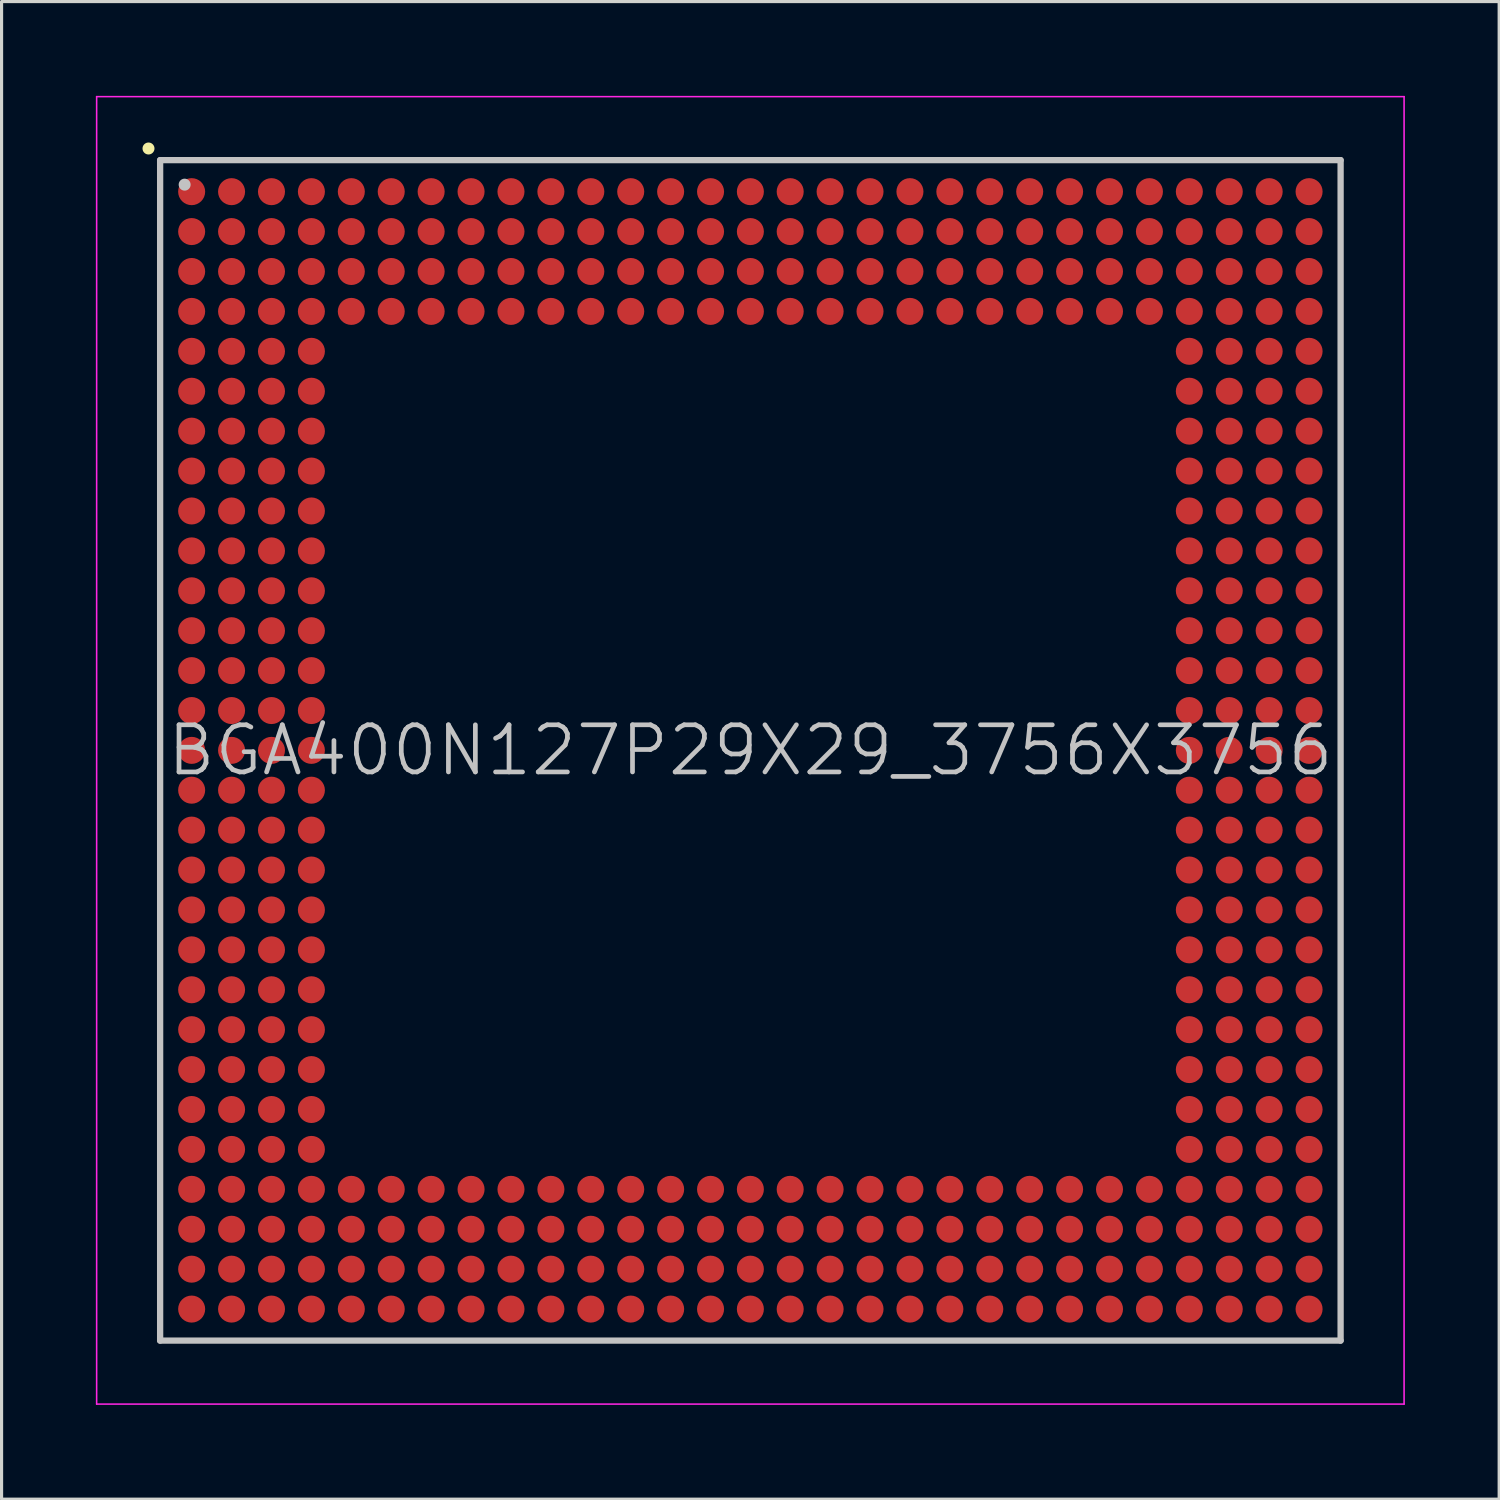
<source format=kicad_pcb>
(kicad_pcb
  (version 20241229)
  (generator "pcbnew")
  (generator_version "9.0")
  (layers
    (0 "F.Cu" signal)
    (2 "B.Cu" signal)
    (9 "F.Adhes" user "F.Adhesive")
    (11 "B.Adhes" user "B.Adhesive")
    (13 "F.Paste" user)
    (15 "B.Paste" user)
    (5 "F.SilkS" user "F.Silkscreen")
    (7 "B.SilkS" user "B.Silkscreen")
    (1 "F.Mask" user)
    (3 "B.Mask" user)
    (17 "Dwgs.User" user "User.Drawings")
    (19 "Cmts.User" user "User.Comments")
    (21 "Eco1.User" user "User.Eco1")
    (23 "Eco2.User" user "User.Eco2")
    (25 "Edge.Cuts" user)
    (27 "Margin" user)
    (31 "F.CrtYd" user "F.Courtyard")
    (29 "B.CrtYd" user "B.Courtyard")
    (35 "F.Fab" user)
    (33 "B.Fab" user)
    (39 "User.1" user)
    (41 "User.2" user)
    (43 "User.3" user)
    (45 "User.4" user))
  (footprint "BGA400N127P29X29_3756X3756"
    (layer "F.Cu")
    (at 20.825 20.825)
    (property "Reference" "BGA400N127P29X29_3756X3756" (at 0 0 0) (layer "Dwgs.User") (effects (font (size 1.5 1.5) (thickness 0.15))))
    (attr smd)
    (fp_line (start -19.15 -19.15) (end -19.15 -19.15) (stroke (width 0.381) (type solid)) (layer "F.SilkS"))
    (fp_line (start -18.78 -18.78) (end -18.78 18.78) (stroke (width 0.2) (type solid)) (layer "Dwgs.User"))
    (fp_line (start -18.78 -18.78) (end 18.78 -18.78) (stroke (width 0.2) (type solid)) (layer "Dwgs.User"))
    (fp_line (start -18.78 18.78) (end 18.78 18.78) (stroke (width 0.2) (type solid)) (layer "Dwgs.User"))
    (fp_line (start -18 -18) (end -18 -18) (stroke (width 0.381) (type solid)) (layer "Dwgs.User"))
    (fp_line (start 18.78 -18.78) (end 18.78 18.78) (stroke (width 0.2) (type solid)) (layer "Dwgs.User"))
    (fp_line (start -20.8 -20.8) (end -20.8 20.8) (stroke (width 0.05) (type solid)) (layer "F.CrtYd"))
    (fp_line (start -20.8 -20.8) (end 20.8 -20.8) (stroke (width 0.05) (type solid)) (layer "F.CrtYd"))
    (fp_line (start -20.8 20.8) (end 20.8 20.8) (stroke (width 0.05) (type solid)) (layer "F.CrtYd"))
    (fp_line (start 20.8 -20.8) (end 20.8 20.8) (stroke (width 0.05) (type solid)) (layer "F.CrtYd"))
    (pad "A1" smd circle (at -17.777 -17.777 270) (size 0.86 0.86) (layers "F.Cu" "F.Mask" "F.Paste"))
    (pad "A2" smd circle (at -16.507 -17.777 270) (size 0.86 0.86) (layers "F.Cu" "F.Mask" "F.Paste"))
    (pad "A3" smd circle (at -15.237 -17.777 270) (size 0.86 0.86) (layers "F.Cu" "F.Mask" "F.Paste"))
    (pad "A4" smd circle (at -13.967 -17.777 270) (size 0.86 0.86) (layers "F.Cu" "F.Mask" "F.Paste"))
    (pad "A5" smd circle (at -12.697 -17.777 270) (size 0.86 0.86) (layers "F.Cu" "F.Mask" "F.Paste"))
    (pad "A6" smd circle (at -11.427 -17.777 270) (size 0.86 0.86) (layers "F.Cu" "F.Mask" "F.Paste"))
    (pad "A7" smd circle (at -10.157 -17.777 270) (size 0.86 0.86) (layers "F.Cu" "F.Mask" "F.Paste"))
    (pad "A8" smd circle (at -8.887 -17.777 270) (size 0.86 0.86) (layers "F.Cu" "F.Mask" "F.Paste"))
    (pad "A9" smd circle (at -7.617 -17.777 270) (size 0.86 0.86) (layers "F.Cu" "F.Mask" "F.Paste"))
    (pad "A10" smd circle (at -6.347 -17.777 270) (size 0.86 0.86) (layers "F.Cu" "F.Mask" "F.Paste"))
    (pad "A11" smd circle (at -5.077 -17.777 270) (size 0.86 0.86) (layers "F.Cu" "F.Mask" "F.Paste"))
    (pad "A12" smd circle (at -3.807 -17.777 270) (size 0.86 0.86) (layers "F.Cu" "F.Mask" "F.Paste"))
    (pad "A13" smd circle (at -2.537 -17.777 270) (size 0.86 0.86) (layers "F.Cu" "F.Mask" "F.Paste"))
    (pad "A14" smd circle (at -1.267 -17.777 270) (size 0.86 0.86) (layers "F.Cu" "F.Mask" "F.Paste"))
    (pad "A15" smd circle (at 0 -17.777 270) (size 0.86 0.86) (layers "F.Cu" "F.Mask" "F.Paste"))
    (pad "A16" smd circle (at 1.267 -17.777 270) (size 0.86 0.86) (layers "F.Cu" "F.Mask" "F.Paste"))
    (pad "A17" smd circle (at 2.537 -17.777 270) (size 0.86 0.86) (layers "F.Cu" "F.Mask" "F.Paste"))
    (pad "A18" smd circle (at 3.807 -17.777 270) (size 0.86 0.86) (layers "F.Cu" "F.Mask" "F.Paste"))
    (pad "A19" smd circle (at 5.077 -17.777 270) (size 0.86 0.86) (layers "F.Cu" "F.Mask" "F.Paste"))
    (pad "A20" smd circle (at 6.347 -17.777 270) (size 0.86 0.86) (layers "F.Cu" "F.Mask" "F.Paste"))
    (pad "A21" smd circle (at 7.617 -17.777 270) (size 0.86 0.86) (layers "F.Cu" "F.Mask" "F.Paste"))
    (pad "A22" smd circle (at 8.887 -17.777 270) (size 0.86 0.86) (layers "F.Cu" "F.Mask" "F.Paste"))
    (pad "A23" smd circle (at 10.157 -17.777 270) (size 0.86 0.86) (layers "F.Cu" "F.Mask" "F.Paste"))
    (pad "A24" smd circle (at 11.427 -17.777 270) (size 0.86 0.86) (layers "F.Cu" "F.Mask" "F.Paste"))
    (pad "A25" smd circle (at 12.697 -17.777 270) (size 0.86 0.86) (layers "F.Cu" "F.Mask" "F.Paste"))
    (pad "A26" smd circle (at 13.967 -17.777 270) (size 0.86 0.86) (layers "F.Cu" "F.Mask" "F.Paste"))
    (pad "A27" smd circle (at 15.237 -17.777 270) (size 0.86 0.86) (layers "F.Cu" "F.Mask" "F.Paste"))
    (pad "A28" smd circle (at 16.507 -17.777 270) (size 0.86 0.86) (layers "F.Cu" "F.Mask" "F.Paste"))
    (pad "A29" smd circle (at 17.777 -17.777 270) (size 0.86 0.86) (layers "F.Cu" "F.Mask" "F.Paste"))
    (pad "AA1" smd circle (at -17.777 7.617 270) (size 0.86 0.86) (layers "F.Cu" "F.Mask" "F.Paste"))
    (pad "AA2" smd circle (at -16.507 7.617 270) (size 0.86 0.86) (layers "F.Cu" "F.Mask" "F.Paste"))
    (pad "AA3" smd circle (at -15.237 7.617 270) (size 0.86 0.86) (layers "F.Cu" "F.Mask" "F.Paste"))
    (pad "AA4" smd circle (at -13.967 7.617 270) (size 0.86 0.86) (layers "F.Cu" "F.Mask" "F.Paste"))
    (pad "AA26" smd circle (at 13.967 7.617 270) (size 0.86 0.86) (layers "F.Cu" "F.Mask" "F.Paste"))
    (pad "AA27" smd circle (at 15.237 7.617 270) (size 0.86 0.86) (layers "F.Cu" "F.Mask" "F.Paste"))
    (pad "AA28" smd circle (at 16.507 7.617 270) (size 0.86 0.86) (layers "F.Cu" "F.Mask" "F.Paste"))
    (pad "AA29" smd circle (at 17.777 7.617 270) (size 0.86 0.86) (layers "F.Cu" "F.Mask" "F.Paste"))
    (pad "AB1" smd circle (at -17.777 8.887 270) (size 0.86 0.86) (layers "F.Cu" "F.Mask" "F.Paste"))
    (pad "AB2" smd circle (at -16.507 8.887 270) (size 0.86 0.86) (layers "F.Cu" "F.Mask" "F.Paste"))
    (pad "AB3" smd circle (at -15.237 8.887 270) (size 0.86 0.86) (layers "F.Cu" "F.Mask" "F.Paste"))
    (pad "AB4" smd circle (at -13.967 8.887 270) (size 0.86 0.86) (layers "F.Cu" "F.Mask" "F.Paste"))
    (pad "AB26" smd circle (at 13.967 8.887 270) (size 0.86 0.86) (layers "F.Cu" "F.Mask" "F.Paste"))
    (pad "AB27" smd circle (at 15.237 8.887 270) (size 0.86 0.86) (layers "F.Cu" "F.Mask" "F.Paste"))
    (pad "AB28" smd circle (at 16.507 8.887 270) (size 0.86 0.86) (layers "F.Cu" "F.Mask" "F.Paste"))
    (pad "AB29" smd circle (at 17.777 8.887 270) (size 0.86 0.86) (layers "F.Cu" "F.Mask" "F.Paste"))
    (pad "AC1" smd circle (at -17.777 10.157 270) (size 0.86 0.86) (layers "F.Cu" "F.Mask" "F.Paste"))
    (pad "AC2" smd circle (at -16.507 10.157 270) (size 0.86 0.86) (layers "F.Cu" "F.Mask" "F.Paste"))
    (pad "AC3" smd circle (at -15.237 10.157 270) (size 0.86 0.86) (layers "F.Cu" "F.Mask" "F.Paste"))
    (pad "AC4" smd circle (at -13.967 10.157 270) (size 0.86 0.86) (layers "F.Cu" "F.Mask" "F.Paste"))
    (pad "AC26" smd circle (at 13.967 10.157 270) (size 0.86 0.86) (layers "F.Cu" "F.Mask" "F.Paste"))
    (pad "AC27" smd circle (at 15.237 10.157 270) (size 0.86 0.86) (layers "F.Cu" "F.Mask" "F.Paste"))
    (pad "AC28" smd circle (at 16.507 10.157 270) (size 0.86 0.86) (layers "F.Cu" "F.Mask" "F.Paste"))
    (pad "AC29" smd circle (at 17.777 10.157 270) (size 0.86 0.86) (layers "F.Cu" "F.Mask" "F.Paste"))
    (pad "AD1" smd circle (at -17.777 11.427 270) (size 0.86 0.86) (layers "F.Cu" "F.Mask" "F.Paste"))
    (pad "AD2" smd circle (at -16.507 11.427 270) (size 0.86 0.86) (layers "F.Cu" "F.Mask" "F.Paste"))
    (pad "AD3" smd circle (at -15.237 11.427 270) (size 0.86 0.86) (layers "F.Cu" "F.Mask" "F.Paste"))
    (pad "AD4" smd circle (at -13.967 11.427 270) (size 0.86 0.86) (layers "F.Cu" "F.Mask" "F.Paste"))
    (pad "AD26" smd circle (at 13.967 11.427 270) (size 0.86 0.86) (layers "F.Cu" "F.Mask" "F.Paste"))
    (pad "AD27" smd circle (at 15.237 11.427 270) (size 0.86 0.86) (layers "F.Cu" "F.Mask" "F.Paste"))
    (pad "AD28" smd circle (at 16.507 11.427 270) (size 0.86 0.86) (layers "F.Cu" "F.Mask" "F.Paste"))
    (pad "AD29" smd circle (at 17.777 11.427 270) (size 0.86 0.86) (layers "F.Cu" "F.Mask" "F.Paste"))
    (pad "AE1" smd circle (at -17.777 12.697 270) (size 0.86 0.86) (layers "F.Cu" "F.Mask" "F.Paste"))
    (pad "AE2" smd circle (at -16.507 12.697 270) (size 0.86 0.86) (layers "F.Cu" "F.Mask" "F.Paste"))
    (pad "AE3" smd circle (at -15.237 12.697 270) (size 0.86 0.86) (layers "F.Cu" "F.Mask" "F.Paste"))
    (pad "AE4" smd circle (at -13.967 12.697 270) (size 0.86 0.86) (layers "F.Cu" "F.Mask" "F.Paste"))
    (pad "AE26" smd circle (at 13.967 12.697 270) (size 0.86 0.86) (layers "F.Cu" "F.Mask" "F.Paste"))
    (pad "AE27" smd circle (at 15.237 12.697 270) (size 0.86 0.86) (layers "F.Cu" "F.Mask" "F.Paste"))
    (pad "AE28" smd circle (at 16.507 12.697 270) (size 0.86 0.86) (layers "F.Cu" "F.Mask" "F.Paste"))
    (pad "AE29" smd circle (at 17.777 12.697 270) (size 0.86 0.86) (layers "F.Cu" "F.Mask" "F.Paste"))
    (pad "AF1" smd circle (at -17.777 13.967 270) (size 0.86 0.86) (layers "F.Cu" "F.Mask" "F.Paste"))
    (pad "AF2" smd circle (at -16.507 13.967 270) (size 0.86 0.86) (layers "F.Cu" "F.Mask" "F.Paste"))
    (pad "AF3" smd circle (at -15.237 13.967 270) (size 0.86 0.86) (layers "F.Cu" "F.Mask" "F.Paste"))
    (pad "AF4" smd circle (at -13.967 13.967 270) (size 0.86 0.86) (layers "F.Cu" "F.Mask" "F.Paste"))
    (pad "AF5" smd circle (at -12.697 13.967 270) (size 0.86 0.86) (layers "F.Cu" "F.Mask" "F.Paste"))
    (pad "AF6" smd circle (at -11.427 13.967 270) (size 0.86 0.86) (layers "F.Cu" "F.Mask" "F.Paste"))
    (pad "AF7" smd circle (at -10.157 13.967 270) (size 0.86 0.86) (layers "F.Cu" "F.Mask" "F.Paste"))
    (pad "AF8" smd circle (at -8.887 13.967 270) (size 0.86 0.86) (layers "F.Cu" "F.Mask" "F.Paste"))
    (pad "AF9" smd circle (at -7.617 13.967 270) (size 0.86 0.86) (layers "F.Cu" "F.Mask" "F.Paste"))
    (pad "AF10" smd circle (at -6.347 13.967 270) (size 0.86 0.86) (layers "F.Cu" "F.Mask" "F.Paste"))
    (pad "AF11" smd circle (at -5.077 13.967 270) (size 0.86 0.86) (layers "F.Cu" "F.Mask" "F.Paste"))
    (pad "AF12" smd circle (at -3.807 13.967 270) (size 0.86 0.86) (layers "F.Cu" "F.Mask" "F.Paste"))
    (pad "AF13" smd circle (at -2.537 13.967 270) (size 0.86 0.86) (layers "F.Cu" "F.Mask" "F.Paste"))
    (pad "AF14" smd circle (at -1.267 13.967 270) (size 0.86 0.86) (layers "F.Cu" "F.Mask" "F.Paste"))
    (pad "AF15" smd circle (at 0 13.967 270) (size 0.86 0.86) (layers "F.Cu" "F.Mask" "F.Paste"))
    (pad "AF16" smd circle (at 1.267 13.967 270) (size 0.86 0.86) (layers "F.Cu" "F.Mask" "F.Paste"))
    (pad "AF17" smd circle (at 2.537 13.967 270) (size 0.86 0.86) (layers "F.Cu" "F.Mask" "F.Paste"))
    (pad "AF18" smd circle (at 3.807 13.967 270) (size 0.86 0.86) (layers "F.Cu" "F.Mask" "F.Paste"))
    (pad "AF19" smd circle (at 5.077 13.967 270) (size 0.86 0.86) (layers "F.Cu" "F.Mask" "F.Paste"))
    (pad "AF20" smd circle (at 6.347 13.967 270) (size 0.86 0.86) (layers "F.Cu" "F.Mask" "F.Paste"))
    (pad "AF21" smd circle (at 7.617 13.967 270) (size 0.86 0.86) (layers "F.Cu" "F.Mask" "F.Paste"))
    (pad "AF22" smd circle (at 8.887 13.967 270) (size 0.86 0.86) (layers "F.Cu" "F.Mask" "F.Paste"))
    (pad "AF23" smd circle (at 10.157 13.967 270) (size 0.86 0.86) (layers "F.Cu" "F.Mask" "F.Paste"))
    (pad "AF24" smd circle (at 11.427 13.967 270) (size 0.86 0.86) (layers "F.Cu" "F.Mask" "F.Paste"))
    (pad "AF25" smd circle (at 12.697 13.967 270) (size 0.86 0.86) (layers "F.Cu" "F.Mask" "F.Paste"))
    (pad "AF26" smd circle (at 13.967 13.967 270) (size 0.86 0.86) (layers "F.Cu" "F.Mask" "F.Paste"))
    (pad "AF27" smd circle (at 15.237 13.967 270) (size 0.86 0.86) (layers "F.Cu" "F.Mask" "F.Paste"))
    (pad "AF28" smd circle (at 16.507 13.967 270) (size 0.86 0.86) (layers "F.Cu" "F.Mask" "F.Paste"))
    (pad "AF29" smd circle (at 17.777 13.967 270) (size 0.86 0.86) (layers "F.Cu" "F.Mask" "F.Paste"))
    (pad "AG1" smd circle (at -17.777 15.237 270) (size 0.86 0.86) (layers "F.Cu" "F.Mask" "F.Paste"))
    (pad "AG2" smd circle (at -16.507 15.237 270) (size 0.86 0.86) (layers "F.Cu" "F.Mask" "F.Paste"))
    (pad "AG3" smd circle (at -15.237 15.237 270) (size 0.86 0.86) (layers "F.Cu" "F.Mask" "F.Paste"))
    (pad "AG4" smd circle (at -13.967 15.237 270) (size 0.86 0.86) (layers "F.Cu" "F.Mask" "F.Paste"))
    (pad "AG5" smd circle (at -12.697 15.237 270) (size 0.86 0.86) (layers "F.Cu" "F.Mask" "F.Paste"))
    (pad "AG6" smd circle (at -11.427 15.237 270) (size 0.86 0.86) (layers "F.Cu" "F.Mask" "F.Paste"))
    (pad "AG7" smd circle (at -10.157 15.237 270) (size 0.86 0.86) (layers "F.Cu" "F.Mask" "F.Paste"))
    (pad "AG8" smd circle (at -8.887 15.237 270) (size 0.86 0.86) (layers "F.Cu" "F.Mask" "F.Paste"))
    (pad "AG9" smd circle (at -7.617 15.237 270) (size 0.86 0.86) (layers "F.Cu" "F.Mask" "F.Paste"))
    (pad "AG10" smd circle (at -6.347 15.237 270) (size 0.86 0.86) (layers "F.Cu" "F.Mask" "F.Paste"))
    (pad "AG11" smd circle (at -5.077 15.237 270) (size 0.86 0.86) (layers "F.Cu" "F.Mask" "F.Paste"))
    (pad "AG12" smd circle (at -3.807 15.237 270) (size 0.86 0.86) (layers "F.Cu" "F.Mask" "F.Paste"))
    (pad "AG13" smd circle (at -2.537 15.237 270) (size 0.86 0.86) (layers "F.Cu" "F.Mask" "F.Paste"))
    (pad "AG14" smd circle (at -1.267 15.237 270) (size 0.86 0.86) (layers "F.Cu" "F.Mask" "F.Paste"))
    (pad "AG15" smd circle (at 0 15.237 270) (size 0.86 0.86) (layers "F.Cu" "F.Mask" "F.Paste"))
    (pad "AG16" smd circle (at 1.267 15.237 270) (size 0.86 0.86) (layers "F.Cu" "F.Mask" "F.Paste"))
    (pad "AG17" smd circle (at 2.537 15.237 270) (size 0.86 0.86) (layers "F.Cu" "F.Mask" "F.Paste"))
    (pad "AG18" smd circle (at 3.807 15.237 270) (size 0.86 0.86) (layers "F.Cu" "F.Mask" "F.Paste"))
    (pad "AG19" smd circle (at 5.077 15.237 270) (size 0.86 0.86) (layers "F.Cu" "F.Mask" "F.Paste"))
    (pad "AG20" smd circle (at 6.347 15.237 270) (size 0.86 0.86) (layers "F.Cu" "F.Mask" "F.Paste"))
    (pad "AG21" smd circle (at 7.617 15.237 270) (size 0.86 0.86) (layers "F.Cu" "F.Mask" "F.Paste"))
    (pad "AG22" smd circle (at 8.887 15.237 270) (size 0.86 0.86) (layers "F.Cu" "F.Mask" "F.Paste"))
    (pad "AG23" smd circle (at 10.157 15.237 270) (size 0.86 0.86) (layers "F.Cu" "F.Mask" "F.Paste"))
    (pad "AG24" smd circle (at 11.427 15.237 270) (size 0.86 0.86) (layers "F.Cu" "F.Mask" "F.Paste"))
    (pad "AG25" smd circle (at 12.697 15.237 270) (size 0.86 0.86) (layers "F.Cu" "F.Mask" "F.Paste"))
    (pad "AG26" smd circle (at 13.967 15.237 270) (size 0.86 0.86) (layers "F.Cu" "F.Mask" "F.Paste"))
    (pad "AG27" smd circle (at 15.237 15.237 270) (size 0.86 0.86) (layers "F.Cu" "F.Mask" "F.Paste"))
    (pad "AG28" smd circle (at 16.507 15.237 270) (size 0.86 0.86) (layers "F.Cu" "F.Mask" "F.Paste"))
    (pad "AG29" smd circle (at 17.777 15.237 270) (size 0.86 0.86) (layers "F.Cu" "F.Mask" "F.Paste"))
    (pad "AH1" smd circle (at -17.777 16.507 270) (size 0.86 0.86) (layers "F.Cu" "F.Mask" "F.Paste"))
    (pad "AH2" smd circle (at -16.507 16.507 270) (size 0.86 0.86) (layers "F.Cu" "F.Mask" "F.Paste"))
    (pad "AH3" smd circle (at -15.237 16.507 270) (size 0.86 0.86) (layers "F.Cu" "F.Mask" "F.Paste"))
    (pad "AH4" smd circle (at -13.967 16.507 270) (size 0.86 0.86) (layers "F.Cu" "F.Mask" "F.Paste"))
    (pad "AH5" smd circle (at -12.697 16.507 270) (size 0.86 0.86) (layers "F.Cu" "F.Mask" "F.Paste"))
    (pad "AH6" smd circle (at -11.427 16.507 270) (size 0.86 0.86) (layers "F.Cu" "F.Mask" "F.Paste"))
    (pad "AH7" smd circle (at -10.157 16.507 270) (size 0.86 0.86) (layers "F.Cu" "F.Mask" "F.Paste"))
    (pad "AH8" smd circle (at -8.887 16.507 270) (size 0.86 0.86) (layers "F.Cu" "F.Mask" "F.Paste"))
    (pad "AH9" smd circle (at -7.617 16.507 270) (size 0.86 0.86) (layers "F.Cu" "F.Mask" "F.Paste"))
    (pad "AH10" smd circle (at -6.347 16.507 270) (size 0.86 0.86) (layers "F.Cu" "F.Mask" "F.Paste"))
    (pad "AH11" smd circle (at -5.077 16.507 270) (size 0.86 0.86) (layers "F.Cu" "F.Mask" "F.Paste"))
    (pad "AH12" smd circle (at -3.807 16.507 270) (size 0.86 0.86) (layers "F.Cu" "F.Mask" "F.Paste"))
    (pad "AH13" smd circle (at -2.537 16.507 270) (size 0.86 0.86) (layers "F.Cu" "F.Mask" "F.Paste"))
    (pad "AH14" smd circle (at -1.267 16.507 270) (size 0.86 0.86) (layers "F.Cu" "F.Mask" "F.Paste"))
    (pad "AH15" smd circle (at 0 16.507 270) (size 0.86 0.86) (layers "F.Cu" "F.Mask" "F.Paste"))
    (pad "AH16" smd circle (at 1.267 16.507 270) (size 0.86 0.86) (layers "F.Cu" "F.Mask" "F.Paste"))
    (pad "AH17" smd circle (at 2.537 16.507 270) (size 0.86 0.86) (layers "F.Cu" "F.Mask" "F.Paste"))
    (pad "AH18" smd circle (at 3.807 16.507 270) (size 0.86 0.86) (layers "F.Cu" "F.Mask" "F.Paste"))
    (pad "AH19" smd circle (at 5.077 16.507 270) (size 0.86 0.86) (layers "F.Cu" "F.Mask" "F.Paste"))
    (pad "AH20" smd circle (at 6.347 16.507 270) (size 0.86 0.86) (layers "F.Cu" "F.Mask" "F.Paste"))
    (pad "AH21" smd circle (at 7.617 16.507 270) (size 0.86 0.86) (layers "F.Cu" "F.Mask" "F.Paste"))
    (pad "AH22" smd circle (at 8.887 16.507 270) (size 0.86 0.86) (layers "F.Cu" "F.Mask" "F.Paste"))
    (pad "AH23" smd circle (at 10.157 16.507 270) (size 0.86 0.86) (layers "F.Cu" "F.Mask" "F.Paste"))
    (pad "AH24" smd circle (at 11.427 16.507 270) (size 0.86 0.86) (layers "F.Cu" "F.Mask" "F.Paste"))
    (pad "AH25" smd circle (at 12.697 16.507 270) (size 0.86 0.86) (layers "F.Cu" "F.Mask" "F.Paste"))
    (pad "AH26" smd circle (at 13.967 16.507 270) (size 0.86 0.86) (layers "F.Cu" "F.Mask" "F.Paste"))
    (pad "AH27" smd circle (at 15.237 16.507 270) (size 0.86 0.86) (layers "F.Cu" "F.Mask" "F.Paste"))
    (pad "AH28" smd circle (at 16.507 16.507 270) (size 0.86 0.86) (layers "F.Cu" "F.Mask" "F.Paste"))
    (pad "AH29" smd circle (at 17.777 16.507 270) (size 0.86 0.86) (layers "F.Cu" "F.Mask" "F.Paste"))
    (pad "AJ1" smd circle (at -17.777 17.777 270) (size 0.86 0.86) (layers "F.Cu" "F.Mask" "F.Paste"))
    (pad "AJ2" smd circle (at -16.507 17.777 270) (size 0.86 0.86) (layers "F.Cu" "F.Mask" "F.Paste"))
    (pad "AJ3" smd circle (at -15.237 17.777 270) (size 0.86 0.86) (layers "F.Cu" "F.Mask" "F.Paste"))
    (pad "AJ4" smd circle (at -13.967 17.777 270) (size 0.86 0.86) (layers "F.Cu" "F.Mask" "F.Paste"))
    (pad "AJ5" smd circle (at -12.697 17.777 270) (size 0.86 0.86) (layers "F.Cu" "F.Mask" "F.Paste"))
    (pad "AJ6" smd circle (at -11.427 17.777 270) (size 0.86 0.86) (layers "F.Cu" "F.Mask" "F.Paste"))
    (pad "AJ7" smd circle (at -10.157 17.777 270) (size 0.86 0.86) (layers "F.Cu" "F.Mask" "F.Paste"))
    (pad "AJ8" smd circle (at -8.887 17.777 270) (size 0.86 0.86) (layers "F.Cu" "F.Mask" "F.Paste"))
    (pad "AJ9" smd circle (at -7.617 17.777 270) (size 0.86 0.86) (layers "F.Cu" "F.Mask" "F.Paste"))
    (pad "AJ10" smd circle (at -6.347 17.777 270) (size 0.86 0.86) (layers "F.Cu" "F.Mask" "F.Paste"))
    (pad "AJ11" smd circle (at -5.077 17.777 270) (size 0.86 0.86) (layers "F.Cu" "F.Mask" "F.Paste"))
    (pad "AJ12" smd circle (at -3.807 17.777 270) (size 0.86 0.86) (layers "F.Cu" "F.Mask" "F.Paste"))
    (pad "AJ13" smd circle (at -2.537 17.777 270) (size 0.86 0.86) (layers "F.Cu" "F.Mask" "F.Paste"))
    (pad "AJ14" smd circle (at -1.267 17.777 270) (size 0.86 0.86) (layers "F.Cu" "F.Mask" "F.Paste"))
    (pad "AJ15" smd circle (at 0 17.777 270) (size 0.86 0.86) (layers "F.Cu" "F.Mask" "F.Paste"))
    (pad "AJ16" smd circle (at 1.267 17.777 270) (size 0.86 0.86) (layers "F.Cu" "F.Mask" "F.Paste"))
    (pad "AJ17" smd circle (at 2.537 17.777 270) (size 0.86 0.86) (layers "F.Cu" "F.Mask" "F.Paste"))
    (pad "AJ18" smd circle (at 3.807 17.777 270) (size 0.86 0.86) (layers "F.Cu" "F.Mask" "F.Paste"))
    (pad "AJ19" smd circle (at 5.077 17.777 270) (size 0.86 0.86) (layers "F.Cu" "F.Mask" "F.Paste"))
    (pad "AJ20" smd circle (at 6.347 17.777 270) (size 0.86 0.86) (layers "F.Cu" "F.Mask" "F.Paste"))
    (pad "AJ21" smd circle (at 7.617 17.777 270) (size 0.86 0.86) (layers "F.Cu" "F.Mask" "F.Paste"))
    (pad "AJ22" smd circle (at 8.887 17.777 270) (size 0.86 0.86) (layers "F.Cu" "F.Mask" "F.Paste"))
    (pad "AJ23" smd circle (at 10.157 17.777 270) (size 0.86 0.86) (layers "F.Cu" "F.Mask" "F.Paste"))
    (pad "AJ24" smd circle (at 11.427 17.777 270) (size 0.86 0.86) (layers "F.Cu" "F.Mask" "F.Paste"))
    (pad "AJ25" smd circle (at 12.697 17.777 270) (size 0.86 0.86) (layers "F.Cu" "F.Mask" "F.Paste"))
    (pad "AJ26" smd circle (at 13.967 17.777 270) (size 0.86 0.86) (layers "F.Cu" "F.Mask" "F.Paste"))
    (pad "AJ27" smd circle (at 15.237 17.777 270) (size 0.86 0.86) (layers "F.Cu" "F.Mask" "F.Paste"))
    (pad "AJ28" smd circle (at 16.507 17.777 270) (size 0.86 0.86) (layers "F.Cu" "F.Mask" "F.Paste"))
    (pad "AJ29" smd circle (at 17.777 17.777 270) (size 0.86 0.86) (layers "F.Cu" "F.Mask" "F.Paste"))
    (pad "B1" smd circle (at -17.777 -16.507 270) (size 0.86 0.86) (layers "F.Cu" "F.Mask" "F.Paste"))
    (pad "B2" smd circle (at -16.507 -16.507 270) (size 0.86 0.86) (layers "F.Cu" "F.Mask" "F.Paste"))
    (pad "B3" smd circle (at -15.237 -16.507 270) (size 0.86 0.86) (layers "F.Cu" "F.Mask" "F.Paste"))
    (pad "B4" smd circle (at -13.967 -16.507 270) (size 0.86 0.86) (layers "F.Cu" "F.Mask" "F.Paste"))
    (pad "B5" smd circle (at -12.697 -16.507 270) (size 0.86 0.86) (layers "F.Cu" "F.Mask" "F.Paste"))
    (pad "B6" smd circle (at -11.427 -16.507 270) (size 0.86 0.86) (layers "F.Cu" "F.Mask" "F.Paste"))
    (pad "B7" smd circle (at -10.157 -16.507 270) (size 0.86 0.86) (layers "F.Cu" "F.Mask" "F.Paste"))
    (pad "B8" smd circle (at -8.887 -16.507 270) (size 0.86 0.86) (layers "F.Cu" "F.Mask" "F.Paste"))
    (pad "B9" smd circle (at -7.617 -16.507 270) (size 0.86 0.86) (layers "F.Cu" "F.Mask" "F.Paste"))
    (pad "B10" smd circle (at -6.347 -16.507 270) (size 0.86 0.86) (layers "F.Cu" "F.Mask" "F.Paste"))
    (pad "B11" smd circle (at -5.077 -16.507 270) (size 0.86 0.86) (layers "F.Cu" "F.Mask" "F.Paste"))
    (pad "B12" smd circle (at -3.807 -16.507 270) (size 0.86 0.86) (layers "F.Cu" "F.Mask" "F.Paste"))
    (pad "B13" smd circle (at -2.537 -16.507 270) (size 0.86 0.86) (layers "F.Cu" "F.Mask" "F.Paste"))
    (pad "B14" smd circle (at -1.267 -16.507 270) (size 0.86 0.86) (layers "F.Cu" "F.Mask" "F.Paste"))
    (pad "B15" smd circle (at 0 -16.507 270) (size 0.86 0.86) (layers "F.Cu" "F.Mask" "F.Paste"))
    (pad "B16" smd circle (at 1.267 -16.507 270) (size 0.86 0.86) (layers "F.Cu" "F.Mask" "F.Paste"))
    (pad "B17" smd circle (at 2.537 -16.507 270) (size 0.86 0.86) (layers "F.Cu" "F.Mask" "F.Paste"))
    (pad "B18" smd circle (at 3.807 -16.507 270) (size 0.86 0.86) (layers "F.Cu" "F.Mask" "F.Paste"))
    (pad "B19" smd circle (at 5.077 -16.507 270) (size 0.86 0.86) (layers "F.Cu" "F.Mask" "F.Paste"))
    (pad "B20" smd circle (at 6.347 -16.507 270) (size 0.86 0.86) (layers "F.Cu" "F.Mask" "F.Paste"))
    (pad "B21" smd circle (at 7.617 -16.507 270) (size 0.86 0.86) (layers "F.Cu" "F.Mask" "F.Paste"))
    (pad "B22" smd circle (at 8.887 -16.507 270) (size 0.86 0.86) (layers "F.Cu" "F.Mask" "F.Paste"))
    (pad "B23" smd circle (at 10.157 -16.507 270) (size 0.86 0.86) (layers "F.Cu" "F.Mask" "F.Paste"))
    (pad "B24" smd circle (at 11.427 -16.507 270) (size 0.86 0.86) (layers "F.Cu" "F.Mask" "F.Paste"))
    (pad "B25" smd circle (at 12.697 -16.507 270) (size 0.86 0.86) (layers "F.Cu" "F.Mask" "F.Paste"))
    (pad "B26" smd circle (at 13.967 -16.507 270) (size 0.86 0.86) (layers "F.Cu" "F.Mask" "F.Paste"))
    (pad "B27" smd circle (at 15.237 -16.507 270) (size 0.86 0.86) (layers "F.Cu" "F.Mask" "F.Paste"))
    (pad "B28" smd circle (at 16.507 -16.507 270) (size 0.86 0.86) (layers "F.Cu" "F.Mask" "F.Paste"))
    (pad "B29" smd circle (at 17.777 -16.507 270) (size 0.86 0.86) (layers "F.Cu" "F.Mask" "F.Paste"))
    (pad "C1" smd circle (at -17.777 -15.237 270) (size 0.86 0.86) (layers "F.Cu" "F.Mask" "F.Paste"))
    (pad "C2" smd circle (at -16.507 -15.237 270) (size 0.86 0.86) (layers "F.Cu" "F.Mask" "F.Paste"))
    (pad "C3" smd circle (at -15.237 -15.237 270) (size 0.86 0.86) (layers "F.Cu" "F.Mask" "F.Paste"))
    (pad "C4" smd circle (at -13.967 -15.237 270) (size 0.86 0.86) (layers "F.Cu" "F.Mask" "F.Paste"))
    (pad "C5" smd circle (at -12.697 -15.237 270) (size 0.86 0.86) (layers "F.Cu" "F.Mask" "F.Paste"))
    (pad "C6" smd circle (at -11.427 -15.237 270) (size 0.86 0.86) (layers "F.Cu" "F.Mask" "F.Paste"))
    (pad "C7" smd circle (at -10.157 -15.237 270) (size 0.86 0.86) (layers "F.Cu" "F.Mask" "F.Paste"))
    (pad "C8" smd circle (at -8.887 -15.237 270) (size 0.86 0.86) (layers "F.Cu" "F.Mask" "F.Paste"))
    (pad "C9" smd circle (at -7.617 -15.237 270) (size 0.86 0.86) (layers "F.Cu" "F.Mask" "F.Paste"))
    (pad "C10" smd circle (at -6.347 -15.237 270) (size 0.86 0.86) (layers "F.Cu" "F.Mask" "F.Paste"))
    (pad "C11" smd circle (at -5.077 -15.237 270) (size 0.86 0.86) (layers "F.Cu" "F.Mask" "F.Paste"))
    (pad "C12" smd circle (at -3.807 -15.237 270) (size 0.86 0.86) (layers "F.Cu" "F.Mask" "F.Paste"))
    (pad "C13" smd circle (at -2.537 -15.237 270) (size 0.86 0.86) (layers "F.Cu" "F.Mask" "F.Paste"))
    (pad "C14" smd circle (at -1.267 -15.237 270) (size 0.86 0.86) (layers "F.Cu" "F.Mask" "F.Paste"))
    (pad "C15" smd circle (at 0 -15.237 270) (size 0.86 0.86) (layers "F.Cu" "F.Mask" "F.Paste"))
    (pad "C16" smd circle (at 1.267 -15.237 270) (size 0.86 0.86) (layers "F.Cu" "F.Mask" "F.Paste"))
    (pad "C17" smd circle (at 2.537 -15.237 270) (size 0.86 0.86) (layers "F.Cu" "F.Mask" "F.Paste"))
    (pad "C18" smd circle (at 3.807 -15.237 270) (size 0.86 0.86) (layers "F.Cu" "F.Mask" "F.Paste"))
    (pad "C19" smd circle (at 5.077 -15.237 270) (size 0.86 0.86) (layers "F.Cu" "F.Mask" "F.Paste"))
    (pad "C20" smd circle (at 6.347 -15.237 270) (size 0.86 0.86) (layers "F.Cu" "F.Mask" "F.Paste"))
    (pad "C21" smd circle (at 7.617 -15.237 270) (size 0.86 0.86) (layers "F.Cu" "F.Mask" "F.Paste"))
    (pad "C22" smd circle (at 8.887 -15.237 270) (size 0.86 0.86) (layers "F.Cu" "F.Mask" "F.Paste"))
    (pad "C23" smd circle (at 10.157 -15.237 270) (size 0.86 0.86) (layers "F.Cu" "F.Mask" "F.Paste"))
    (pad "C24" smd circle (at 11.427 -15.237 270) (size 0.86 0.86) (layers "F.Cu" "F.Mask" "F.Paste"))
    (pad "C25" smd circle (at 12.697 -15.237 270) (size 0.86 0.86) (layers "F.Cu" "F.Mask" "F.Paste"))
    (pad "C26" smd circle (at 13.967 -15.237 270) (size 0.86 0.86) (layers "F.Cu" "F.Mask" "F.Paste"))
    (pad "C27" smd circle (at 15.237 -15.237 270) (size 0.86 0.86) (layers "F.Cu" "F.Mask" "F.Paste"))
    (pad "C28" smd circle (at 16.507 -15.237 270) (size 0.86 0.86) (layers "F.Cu" "F.Mask" "F.Paste"))
    (pad "C29" smd circle (at 17.777 -15.237 270) (size 0.86 0.86) (layers "F.Cu" "F.Mask" "F.Paste"))
    (pad "D1" smd circle (at -17.777 -13.967 270) (size 0.86 0.86) (layers "F.Cu" "F.Mask" "F.Paste"))
    (pad "D2" smd circle (at -16.507 -13.967 270) (size 0.86 0.86) (layers "F.Cu" "F.Mask" "F.Paste"))
    (pad "D3" smd circle (at -15.237 -13.967 270) (size 0.86 0.86) (layers "F.Cu" "F.Mask" "F.Paste"))
    (pad "D4" smd circle (at -13.967 -13.967 270) (size 0.86 0.86) (layers "F.Cu" "F.Mask" "F.Paste"))
    (pad "D5" smd circle (at -12.697 -13.967 270) (size 0.86 0.86) (layers "F.Cu" "F.Mask" "F.Paste"))
    (pad "D6" smd circle (at -11.427 -13.967 270) (size 0.86 0.86) (layers "F.Cu" "F.Mask" "F.Paste"))
    (pad "D7" smd circle (at -10.157 -13.967 270) (size 0.86 0.86) (layers "F.Cu" "F.Mask" "F.Paste"))
    (pad "D8" smd circle (at -8.887 -13.967 270) (size 0.86 0.86) (layers "F.Cu" "F.Mask" "F.Paste"))
    (pad "D9" smd circle (at -7.617 -13.967 270) (size 0.86 0.86) (layers "F.Cu" "F.Mask" "F.Paste"))
    (pad "D10" smd circle (at -6.347 -13.967 270) (size 0.86 0.86) (layers "F.Cu" "F.Mask" "F.Paste"))
    (pad "D11" smd circle (at -5.077 -13.967 270) (size 0.86 0.86) (layers "F.Cu" "F.Mask" "F.Paste"))
    (pad "D12" smd circle (at -3.807 -13.967 270) (size 0.86 0.86) (layers "F.Cu" "F.Mask" "F.Paste"))
    (pad "D13" smd circle (at -2.537 -13.967 270) (size 0.86 0.86) (layers "F.Cu" "F.Mask" "F.Paste"))
    (pad "D14" smd circle (at -1.267 -13.967 270) (size 0.86 0.86) (layers "F.Cu" "F.Mask" "F.Paste"))
    (pad "D15" smd circle (at 0 -13.967 270) (size 0.86 0.86) (layers "F.Cu" "F.Mask" "F.Paste"))
    (pad "D16" smd circle (at 1.267 -13.967 270) (size 0.86 0.86) (layers "F.Cu" "F.Mask" "F.Paste"))
    (pad "D17" smd circle (at 2.537 -13.967 270) (size 0.86 0.86) (layers "F.Cu" "F.Mask" "F.Paste"))
    (pad "D18" smd circle (at 3.807 -13.967 270) (size 0.86 0.86) (layers "F.Cu" "F.Mask" "F.Paste"))
    (pad "D19" smd circle (at 5.077 -13.967 270) (size 0.86 0.86) (layers "F.Cu" "F.Mask" "F.Paste"))
    (pad "D20" smd circle (at 6.347 -13.967 270) (size 0.86 0.86) (layers "F.Cu" "F.Mask" "F.Paste"))
    (pad "D21" smd circle (at 7.617 -13.967 270) (size 0.86 0.86) (layers "F.Cu" "F.Mask" "F.Paste"))
    (pad "D22" smd circle (at 8.887 -13.967 270) (size 0.86 0.86) (layers "F.Cu" "F.Mask" "F.Paste"))
    (pad "D23" smd circle (at 10.157 -13.967 270) (size 0.86 0.86) (layers "F.Cu" "F.Mask" "F.Paste"))
    (pad "D24" smd circle (at 11.427 -13.967 270) (size 0.86 0.86) (layers "F.Cu" "F.Mask" "F.Paste"))
    (pad "D25" smd circle (at 12.697 -13.967 270) (size 0.86 0.86) (layers "F.Cu" "F.Mask" "F.Paste"))
    (pad "D26" smd circle (at 13.967 -13.967 270) (size 0.86 0.86) (layers "F.Cu" "F.Mask" "F.Paste"))
    (pad "D27" smd circle (at 15.237 -13.967 270) (size 0.86 0.86) (layers "F.Cu" "F.Mask" "F.Paste"))
    (pad "D28" smd circle (at 16.507 -13.967 270) (size 0.86 0.86) (layers "F.Cu" "F.Mask" "F.Paste"))
    (pad "D29" smd circle (at 17.777 -13.967 270) (size 0.86 0.86) (layers "F.Cu" "F.Mask" "F.Paste"))
    (pad "E1" smd circle (at -17.777 -12.697 270) (size 0.86 0.86) (layers "F.Cu" "F.Mask" "F.Paste"))
    (pad "E2" smd circle (at -16.507 -12.697 270) (size 0.86 0.86) (layers "F.Cu" "F.Mask" "F.Paste"))
    (pad "E3" smd circle (at -15.237 -12.697 270) (size 0.86 0.86) (layers "F.Cu" "F.Mask" "F.Paste"))
    (pad "E4" smd circle (at -13.967 -12.697 270) (size 0.86 0.86) (layers "F.Cu" "F.Mask" "F.Paste"))
    (pad "E26" smd circle (at 13.967 -12.697 270) (size 0.86 0.86) (layers "F.Cu" "F.Mask" "F.Paste"))
    (pad "E27" smd circle (at 15.237 -12.697 270) (size 0.86 0.86) (layers "F.Cu" "F.Mask" "F.Paste"))
    (pad "E28" smd circle (at 16.507 -12.697 270) (size 0.86 0.86) (layers "F.Cu" "F.Mask" "F.Paste"))
    (pad "E29" smd circle (at 17.777 -12.697 270) (size 0.86 0.86) (layers "F.Cu" "F.Mask" "F.Paste"))
    (pad "F1" smd circle (at -17.777 -11.427 270) (size 0.86 0.86) (layers "F.Cu" "F.Mask" "F.Paste"))
    (pad "F2" smd circle (at -16.507 -11.427 270) (size 0.86 0.86) (layers "F.Cu" "F.Mask" "F.Paste"))
    (pad "F3" smd circle (at -15.237 -11.427 270) (size 0.86 0.86) (layers "F.Cu" "F.Mask" "F.Paste"))
    (pad "F4" smd circle (at -13.967 -11.427 270) (size 0.86 0.86) (layers "F.Cu" "F.Mask" "F.Paste"))
    (pad "F26" smd circle (at 13.967 -11.427 270) (size 0.86 0.86) (layers "F.Cu" "F.Mask" "F.Paste"))
    (pad "F27" smd circle (at 15.237 -11.427 270) (size 0.86 0.86) (layers "F.Cu" "F.Mask" "F.Paste"))
    (pad "F28" smd circle (at 16.507 -11.427 270) (size 0.86 0.86) (layers "F.Cu" "F.Mask" "F.Paste"))
    (pad "F29" smd circle (at 17.777 -11.427 270) (size 0.86 0.86) (layers "F.Cu" "F.Mask" "F.Paste"))
    (pad "G1" smd circle (at -17.777 -10.157 270) (size 0.86 0.86) (layers "F.Cu" "F.Mask" "F.Paste"))
    (pad "G2" smd circle (at -16.507 -10.157 270) (size 0.86 0.86) (layers "F.Cu" "F.Mask" "F.Paste"))
    (pad "G3" smd circle (at -15.237 -10.157 270) (size 0.86 0.86) (layers "F.Cu" "F.Mask" "F.Paste"))
    (pad "G4" smd circle (at -13.967 -10.157 270) (size 0.86 0.86) (layers "F.Cu" "F.Mask" "F.Paste"))
    (pad "G26" smd circle (at 13.967 -10.157 270) (size 0.86 0.86) (layers "F.Cu" "F.Mask" "F.Paste"))
    (pad "G27" smd circle (at 15.237 -10.157 270) (size 0.86 0.86) (layers "F.Cu" "F.Mask" "F.Paste"))
    (pad "G28" smd circle (at 16.507 -10.157 270) (size 0.86 0.86) (layers "F.Cu" "F.Mask" "F.Paste"))
    (pad "G29" smd circle (at 17.777 -10.157 270) (size 0.86 0.86) (layers "F.Cu" "F.Mask" "F.Paste"))
    (pad "H1" smd circle (at -17.777 -8.887 270) (size 0.86 0.86) (layers "F.Cu" "F.Mask" "F.Paste"))
    (pad "H2" smd circle (at -16.507 -8.887 270) (size 0.86 0.86) (layers "F.Cu" "F.Mask" "F.Paste"))
    (pad "H3" smd circle (at -15.237 -8.887 270) (size 0.86 0.86) (layers "F.Cu" "F.Mask" "F.Paste"))
    (pad "H4" smd circle (at -13.967 -8.887 270) (size 0.86 0.86) (layers "F.Cu" "F.Mask" "F.Paste"))
    (pad "H26" smd circle (at 13.967 -8.887 270) (size 0.86 0.86) (layers "F.Cu" "F.Mask" "F.Paste"))
    (pad "H27" smd circle (at 15.237 -8.887 270) (size 0.86 0.86) (layers "F.Cu" "F.Mask" "F.Paste"))
    (pad "H28" smd circle (at 16.507 -8.887 270) (size 0.86 0.86) (layers "F.Cu" "F.Mask" "F.Paste"))
    (pad "H29" smd circle (at 17.777 -8.887 270) (size 0.86 0.86) (layers "F.Cu" "F.Mask" "F.Paste"))
    (pad "J1" smd circle (at -17.777 -7.617 270) (size 0.86 0.86) (layers "F.Cu" "F.Mask" "F.Paste"))
    (pad "J2" smd circle (at -16.507 -7.617 270) (size 0.86 0.86) (layers "F.Cu" "F.Mask" "F.Paste"))
    (pad "J3" smd circle (at -15.237 -7.617 270) (size 0.86 0.86) (layers "F.Cu" "F.Mask" "F.Paste"))
    (pad "J4" smd circle (at -13.967 -7.617 270) (size 0.86 0.86) (layers "F.Cu" "F.Mask" "F.Paste"))
    (pad "J26" smd circle (at 13.967 -7.617 270) (size 0.86 0.86) (layers "F.Cu" "F.Mask" "F.Paste"))
    (pad "J27" smd circle (at 15.237 -7.617 270) (size 0.86 0.86) (layers "F.Cu" "F.Mask" "F.Paste"))
    (pad "J28" smd circle (at 16.507 -7.617 270) (size 0.86 0.86) (layers "F.Cu" "F.Mask" "F.Paste"))
    (pad "J29" smd circle (at 17.777 -7.617 270) (size 0.86 0.86) (layers "F.Cu" "F.Mask" "F.Paste"))
    (pad "K1" smd circle (at -17.777 -6.347 270) (size 0.86 0.86) (layers "F.Cu" "F.Mask" "F.Paste"))
    (pad "K2" smd circle (at -16.507 -6.347 270) (size 0.86 0.86) (layers "F.Cu" "F.Mask" "F.Paste"))
    (pad "K3" smd circle (at -15.237 -6.347 270) (size 0.86 0.86) (layers "F.Cu" "F.Mask" "F.Paste"))
    (pad "K4" smd circle (at -13.967 -6.347 270) (size 0.86 0.86) (layers "F.Cu" "F.Mask" "F.Paste"))
    (pad "K26" smd circle (at 13.967 -6.347 270) (size 0.86 0.86) (layers "F.Cu" "F.Mask" "F.Paste"))
    (pad "K27" smd circle (at 15.237 -6.347 270) (size 0.86 0.86) (layers "F.Cu" "F.Mask" "F.Paste"))
    (pad "K28" smd circle (at 16.507 -6.347 270) (size 0.86 0.86) (layers "F.Cu" "F.Mask" "F.Paste"))
    (pad "K29" smd circle (at 17.777 -6.347 270) (size 0.86 0.86) (layers "F.Cu" "F.Mask" "F.Paste"))
    (pad "L1" smd circle (at -17.777 -5.077 270) (size 0.86 0.86) (layers "F.Cu" "F.Mask" "F.Paste"))
    (pad "L2" smd circle (at -16.507 -5.077 270) (size 0.86 0.86) (layers "F.Cu" "F.Mask" "F.Paste"))
    (pad "L3" smd circle (at -15.237 -5.077 270) (size 0.86 0.86) (layers "F.Cu" "F.Mask" "F.Paste"))
    (pad "L4" smd circle (at -13.967 -5.077 270) (size 0.86 0.86) (layers "F.Cu" "F.Mask" "F.Paste"))
    (pad "L26" smd circle (at 13.967 -5.077 270) (size 0.86 0.86) (layers "F.Cu" "F.Mask" "F.Paste"))
    (pad "L27" smd circle (at 15.237 -5.077 270) (size 0.86 0.86) (layers "F.Cu" "F.Mask" "F.Paste"))
    (pad "L28" smd circle (at 16.507 -5.077 270) (size 0.86 0.86) (layers "F.Cu" "F.Mask" "F.Paste"))
    (pad "L29" smd circle (at 17.777 -5.077 270) (size 0.86 0.86) (layers "F.Cu" "F.Mask" "F.Paste"))
    (pad "M1" smd circle (at -17.777 -3.807 270) (size 0.86 0.86) (layers "F.Cu" "F.Mask" "F.Paste"))
    (pad "M2" smd circle (at -16.507 -3.807 270) (size 0.86 0.86) (layers "F.Cu" "F.Mask" "F.Paste"))
    (pad "M3" smd circle (at -15.237 -3.807 270) (size 0.86 0.86) (layers "F.Cu" "F.Mask" "F.Paste"))
    (pad "M4" smd circle (at -13.967 -3.807 270) (size 0.86 0.86) (layers "F.Cu" "F.Mask" "F.Paste"))
    (pad "M26" smd circle (at 13.967 -3.807 270) (size 0.86 0.86) (layers "F.Cu" "F.Mask" "F.Paste"))
    (pad "M27" smd circle (at 15.237 -3.807 270) (size 0.86 0.86) (layers "F.Cu" "F.Mask" "F.Paste"))
    (pad "M28" smd circle (at 16.507 -3.807 270) (size 0.86 0.86) (layers "F.Cu" "F.Mask" "F.Paste"))
    (pad "M29" smd circle (at 17.777 -3.807 270) (size 0.86 0.86) (layers "F.Cu" "F.Mask" "F.Paste"))
    (pad "N1" smd circle (at -17.777 -2.537 270) (size 0.86 0.86) (layers "F.Cu" "F.Mask" "F.Paste"))
    (pad "N2" smd circle (at -16.507 -2.537 270) (size 0.86 0.86) (layers "F.Cu" "F.Mask" "F.Paste"))
    (pad "N3" smd circle (at -15.237 -2.537 270) (size 0.86 0.86) (layers "F.Cu" "F.Mask" "F.Paste"))
    (pad "N4" smd circle (at -13.967 -2.537 270) (size 0.86 0.86) (layers "F.Cu" "F.Mask" "F.Paste"))
    (pad "N26" smd circle (at 13.967 -2.537 270) (size 0.86 0.86) (layers "F.Cu" "F.Mask" "F.Paste"))
    (pad "N27" smd circle (at 15.237 -2.537 270) (size 0.86 0.86) (layers "F.Cu" "F.Mask" "F.Paste"))
    (pad "N28" smd circle (at 16.507 -2.537 270) (size 0.86 0.86) (layers "F.Cu" "F.Mask" "F.Paste"))
    (pad "N29" smd circle (at 17.777 -2.537 270) (size 0.86 0.86) (layers "F.Cu" "F.Mask" "F.Paste"))
    (pad "P1" smd circle (at -17.777 -1.267 270) (size 0.86 0.86) (layers "F.Cu" "F.Mask" "F.Paste"))
    (pad "P2" smd circle (at -16.507 -1.267 270) (size 0.86 0.86) (layers "F.Cu" "F.Mask" "F.Paste"))
    (pad "P3" smd circle (at -15.237 -1.267 270) (size 0.86 0.86) (layers "F.Cu" "F.Mask" "F.Paste"))
    (pad "P4" smd circle (at -13.967 -1.267 270) (size 0.86 0.86) (layers "F.Cu" "F.Mask" "F.Paste"))
    (pad "P26" smd circle (at 13.967 -1.267 270) (size 0.86 0.86) (layers "F.Cu" "F.Mask" "F.Paste"))
    (pad "P27" smd circle (at 15.237 -1.267 270) (size 0.86 0.86) (layers "F.Cu" "F.Mask" "F.Paste"))
    (pad "P28" smd circle (at 16.507 -1.267 270) (size 0.86 0.86) (layers "F.Cu" "F.Mask" "F.Paste"))
    (pad "P29" smd circle (at 17.777 -1.267 270) (size 0.86 0.86) (layers "F.Cu" "F.Mask" "F.Paste"))
    (pad "R1" smd circle (at -17.777 0 270) (size 0.86 0.86) (layers "F.Cu" "F.Mask" "F.Paste"))
    (pad "R2" smd circle (at -16.507 0 270) (size 0.86 0.86) (layers "F.Cu" "F.Mask" "F.Paste"))
    (pad "R3" smd circle (at -15.237 0 270) (size 0.86 0.86) (layers "F.Cu" "F.Mask" "F.Paste"))
    (pad "R4" smd circle (at -13.967 0 270) (size 0.86 0.86) (layers "F.Cu" "F.Mask" "F.Paste"))
    (pad "R26" smd circle (at 13.967 0 270) (size 0.86 0.86) (layers "F.Cu" "F.Mask" "F.Paste"))
    (pad "R27" smd circle (at 15.237 0 270) (size 0.86 0.86) (layers "F.Cu" "F.Mask" "F.Paste"))
    (pad "R28" smd circle (at 16.507 0 270) (size 0.86 0.86) (layers "F.Cu" "F.Mask" "F.Paste"))
    (pad "R29" smd circle (at 17.777 0 270) (size 0.86 0.86) (layers "F.Cu" "F.Mask" "F.Paste"))
    (pad "T1" smd circle (at -17.777 1.267 270) (size 0.86 0.86) (layers "F.Cu" "F.Mask" "F.Paste"))
    (pad "T2" smd circle (at -16.507 1.267 270) (size 0.86 0.86) (layers "F.Cu" "F.Mask" "F.Paste"))
    (pad "T3" smd circle (at -15.237 1.267 270) (size 0.86 0.86) (layers "F.Cu" "F.Mask" "F.Paste"))
    (pad "T4" smd circle (at -13.967 1.267 270) (size 0.86 0.86) (layers "F.Cu" "F.Mask" "F.Paste"))
    (pad "T26" smd circle (at 13.967 1.267 270) (size 0.86 0.86) (layers "F.Cu" "F.Mask" "F.Paste"))
    (pad "T27" smd circle (at 15.237 1.267 270) (size 0.86 0.86) (layers "F.Cu" "F.Mask" "F.Paste"))
    (pad "T28" smd circle (at 16.507 1.267 270) (size 0.86 0.86) (layers "F.Cu" "F.Mask" "F.Paste"))
    (pad "T29" smd circle (at 17.777 1.267 270) (size 0.86 0.86) (layers "F.Cu" "F.Mask" "F.Paste"))
    (pad "U1" smd circle (at -17.777 2.537 270) (size 0.86 0.86) (layers "F.Cu" "F.Mask" "F.Paste"))
    (pad "U2" smd circle (at -16.507 2.537 270) (size 0.86 0.86) (layers "F.Cu" "F.Mask" "F.Paste"))
    (pad "U3" smd circle (at -15.237 2.537 270) (size 0.86 0.86) (layers "F.Cu" "F.Mask" "F.Paste"))
    (pad "U4" smd circle (at -13.967 2.537 270) (size 0.86 0.86) (layers "F.Cu" "F.Mask" "F.Paste"))
    (pad "U26" smd circle (at 13.967 2.537 270) (size 0.86 0.86) (layers "F.Cu" "F.Mask" "F.Paste"))
    (pad "U27" smd circle (at 15.237 2.537 270) (size 0.86 0.86) (layers "F.Cu" "F.Mask" "F.Paste"))
    (pad "U28" smd circle (at 16.507 2.537 270) (size 0.86 0.86) (layers "F.Cu" "F.Mask" "F.Paste"))
    (pad "U29" smd circle (at 17.777 2.537 270) (size 0.86 0.86) (layers "F.Cu" "F.Mask" "F.Paste"))
    (pad "V1" smd circle (at -17.777 3.807 270) (size 0.86 0.86) (layers "F.Cu" "F.Mask" "F.Paste"))
    (pad "V2" smd circle (at -16.507 3.807 270) (size 0.86 0.86) (layers "F.Cu" "F.Mask" "F.Paste"))
    (pad "V3" smd circle (at -15.237 3.807 270) (size 0.86 0.86) (layers "F.Cu" "F.Mask" "F.Paste"))
    (pad "V4" smd circle (at -13.967 3.807 270) (size 0.86 0.86) (layers "F.Cu" "F.Mask" "F.Paste"))
    (pad "V26" smd circle (at 13.967 3.807 270) (size 0.86 0.86) (layers "F.Cu" "F.Mask" "F.Paste"))
    (pad "V27" smd circle (at 15.237 3.807 270) (size 0.86 0.86) (layers "F.Cu" "F.Mask" "F.Paste"))
    (pad "V28" smd circle (at 16.507 3.807 270) (size 0.86 0.86) (layers "F.Cu" "F.Mask" "F.Paste"))
    (pad "V29" smd circle (at 17.777 3.807 270) (size 0.86 0.86) (layers "F.Cu" "F.Mask" "F.Paste"))
    (pad "W1" smd circle (at -17.777 5.077 270) (size 0.86 0.86) (layers "F.Cu" "F.Mask" "F.Paste"))
    (pad "W2" smd circle (at -16.507 5.077 270) (size 0.86 0.86) (layers "F.Cu" "F.Mask" "F.Paste"))
    (pad "W3" smd circle (at -15.237 5.077 270) (size 0.86 0.86) (layers "F.Cu" "F.Mask" "F.Paste"))
    (pad "W4" smd circle (at -13.967 5.077 270) (size 0.86 0.86) (layers "F.Cu" "F.Mask" "F.Paste"))
    (pad "W26" smd circle (at 13.967 5.077 270) (size 0.86 0.86) (layers "F.Cu" "F.Mask" "F.Paste"))
    (pad "W27" smd circle (at 15.237 5.077 270) (size 0.86 0.86) (layers "F.Cu" "F.Mask" "F.Paste"))
    (pad "W28" smd circle (at 16.507 5.077 270) (size 0.86 0.86) (layers "F.Cu" "F.Mask" "F.Paste"))
    (pad "W29" smd circle (at 17.777 5.077 270) (size 0.86 0.86) (layers "F.Cu" "F.Mask" "F.Paste"))
    (pad "Y1" smd circle (at -17.777 6.347 270) (size 0.86 0.86) (layers "F.Cu" "F.Mask" "F.Paste"))
    (pad "Y2" smd circle (at -16.507 6.347 270) (size 0.86 0.86) (layers "F.Cu" "F.Mask" "F.Paste"))
    (pad "Y3" smd circle (at -15.237 6.347 270) (size 0.86 0.86) (layers "F.Cu" "F.Mask" "F.Paste"))
    (pad "Y4" smd circle (at -13.967 6.347 270) (size 0.86 0.86) (layers "F.Cu" "F.Mask" "F.Paste"))
    (pad "Y26" smd circle (at 13.967 6.347 270) (size 0.86 0.86) (layers "F.Cu" "F.Mask" "F.Paste"))
    (pad "Y27" smd circle (at 15.237 6.347 270) (size 0.86 0.86) (layers "F.Cu" "F.Mask" "F.Paste"))
    (pad "Y28" smd circle (at 16.507 6.347 270) (size 0.86 0.86) (layers "F.Cu" "F.Mask" "F.Paste"))
    (pad "Y29" smd circle (at 17.777 6.347 270) (size 0.86 0.86) (layers "F.Cu" "F.Mask" "F.Paste")))
  (gr_rect
    (start -3 -3)
    (end 44.65 44.65)
    (stroke (width 0.1) (type default))
    (fill no)
    (layer "Edge.Cuts")))
</source>
